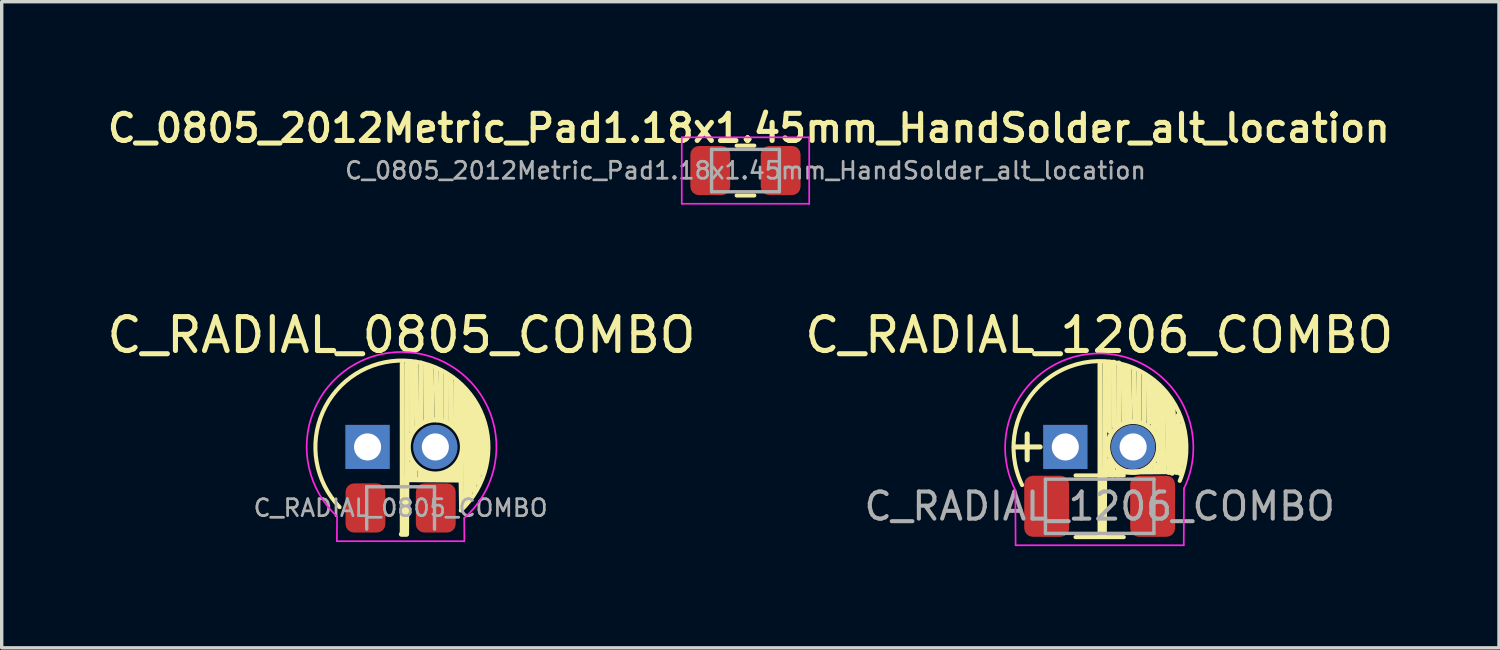
<source format=kicad_pcb>
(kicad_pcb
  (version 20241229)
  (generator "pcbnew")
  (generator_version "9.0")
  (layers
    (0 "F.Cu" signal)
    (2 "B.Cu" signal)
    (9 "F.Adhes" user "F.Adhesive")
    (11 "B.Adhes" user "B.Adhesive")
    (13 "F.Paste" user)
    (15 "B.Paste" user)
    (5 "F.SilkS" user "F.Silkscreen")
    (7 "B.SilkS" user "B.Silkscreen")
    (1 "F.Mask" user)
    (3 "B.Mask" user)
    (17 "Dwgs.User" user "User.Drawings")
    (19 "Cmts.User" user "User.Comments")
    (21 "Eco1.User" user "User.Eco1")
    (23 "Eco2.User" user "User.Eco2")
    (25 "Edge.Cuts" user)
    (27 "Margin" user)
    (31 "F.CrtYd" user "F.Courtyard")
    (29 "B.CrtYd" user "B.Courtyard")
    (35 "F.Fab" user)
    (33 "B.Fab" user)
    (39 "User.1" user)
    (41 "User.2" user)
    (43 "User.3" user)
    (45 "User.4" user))
  (footprint "C_RADIAL_1206_COMBO"
    (layer "F.Cu")
    (at 29.375 10.134)
    (property "Reference" "C_RADIAL_1206_COMBO" (at 0 -3.3 0) (layer "F.SilkS") (effects (font (size 1 1) (thickness 0.15))))
    (attr through_hole)
    (fp_line (start -0.699 0.84) (end 0.724 0.84) (stroke (width 0.12) (type solid)) (layer "F.SilkS"))
    (fp_line (start -0.699 2.66) (end 0.724 2.66) (stroke (width 0.12) (type solid)) (layer "F.SilkS"))
    (fp_line (start 0 2.575) (end 0.15 2.575) (stroke (width 0.15) (type solid)) (layer "F.SilkS"))
    (fp_line (start 0.025 -2.449) (end 0.025 2.549) (stroke (width 0.15) (type solid)) (layer "F.SilkS"))
    (fp_line (start 0.056 0.744) (end 2.425 0.725) (stroke (width 0.15) (type solid)) (layer "F.SilkS"))
    (fp_line (start 0.175 -2.474) (end 0.15 2.55) (stroke (width 0.15) (type solid)) (layer "F.SilkS"))
    (fp_line (start 0.275 0.775) (end 0.275 0.4) (stroke (width 0.15) (type solid)) (layer "F.SilkS"))
    (fp_line (start 0.3 -2.499) (end 0.3 -0.475) (stroke (width 0.15) (type solid)) (layer "F.SilkS"))
    (fp_line (start 0.4 0.55) (end 0.4 0.825) (stroke (width 0.15) (type solid)) (layer "F.SilkS"))
    (fp_line (start 0.425 -2.499) (end 0.45 -0.6) (stroke (width 0.15) (type solid)) (layer "F.SilkS"))
    (fp_line (start 0.55 0.7) (end 0.55 0.825) (stroke (width 0.15) (type solid)) (layer "F.SilkS"))
    (fp_line (start 0.575 -2.475) (end 0.575 -0.675) (stroke (width 0.15) (type solid)) (layer "F.SilkS"))
    (fp_line (start 0.713 -2.388) (end 0.725 -0.775) (stroke (width 0.15) (type solid)) (layer "F.SilkS"))
    (fp_line (start 0.812 -2.288) (end 0.8 -0.8) (stroke (width 0.15) (type solid)) (layer "F.SilkS"))
    (fp_line (start 0.875 -2.35) (end 0.9 -0.85) (stroke (width 0.15) (type solid)) (layer "F.SilkS"))
    (fp_line (start 1.025 -2.3) (end 1.05 -0.8) (stroke (width 0.15) (type solid)) (layer "F.SilkS"))
    (fp_line (start 1.175 -2.225) (end 1.175 -0.825) (stroke (width 0.15) (type solid)) (layer "F.SilkS"))
    (fp_line (start 1.325 -2.125) (end 1.325 -0.775) (stroke (width 0.15) (type solid)) (layer "F.SilkS"))
    (fp_line (start 1.45 -2.05) (end 1.475 -0.725) (stroke (width 0.15) (type solid)) (layer "F.SilkS"))
    (fp_line (start 1.525 0.65) (end 1.525 0.725) (stroke (width 0.15) (type solid)) (layer "F.SilkS"))
    (fp_line (start 1.6 -1.925) (end 1.6 -0.55) (stroke (width 0.15) (type solid)) (layer "F.SilkS"))
    (fp_line (start 1.65 0.525) (end 1.65 0.725) (stroke (width 0.15) (type solid)) (layer "F.SilkS"))
    (fp_line (start 1.725 -1.825) (end 1.725 -0.45) (stroke (width 0.15) (type solid)) (layer "F.SilkS"))
    (fp_line (start 1.75 -1.825) (end 1.775 -0.275) (stroke (width 0.15) (type solid)) (layer "F.SilkS"))
    (fp_line (start 1.75 -0.825) (end 1.775 0.725) (stroke (width 0.15) (type solid)) (layer "F.SilkS"))
    (fp_line (start 1.875 -1.675) (end 1.9 0.725) (stroke (width 0.15) (type solid)) (layer "F.SilkS"))
    (fp_line (start 2 -1.525) (end 2.05 0.75) (stroke (width 0.15) (type solid)) (layer "F.SilkS"))
    (fp_line (start 2.1 -1.35) (end 2.15 0.775) (stroke (width 0.15) (type solid)) (layer "F.SilkS"))
    (fp_line (start 2.175 -1.15) (end 2.275 0.75) (stroke (width 0.15) (type solid)) (layer "F.SilkS"))
    (fp_line (start 2.325 -0.925) (end 2.375 0.775) (stroke (width 0.15) (type solid)) (layer "F.SilkS"))
    (fp_line (start 2.45 -0.625) (end 2.475 0.5) (stroke (width 0.15) (type solid)) (layer "F.SilkS"))
    (fp_arc (start -2.275 1.125) (mid -0.046598 -2.530937) (end 2.375 1) (stroke (width 0.12) (type solid)) (layer "F.SilkS"))
    (fp_circle (center 1 0) (end 1 -0.75) (stroke (width 0.15) (type solid)) (fill no) (layer "F.SilkS"))
    (fp_line (start -2.467 2.9) (end -2.475 1.275) (stroke (width 0.05) (type solid)) (layer "F.CrtYd"))
    (fp_line (start 2.493 2.9) (end -2.467 2.9) (stroke (width 0.05) (type solid)) (layer "F.CrtYd"))
    (fp_line (start 2.5 1.225) (end 2.493 2.9) (stroke (width 0.05) (type solid)) (layer "F.CrtYd"))
    (fp_arc (start -2.475 1.275) (mid -0.027777 -2.757657) (end 2.5 1.225) (stroke (width 0.05) (type solid)) (layer "F.CrtYd"))
    (fp_line (start -1.587 0.95) (end 1.613 0.95) (stroke (width 0.1) (type solid)) (layer "F.Fab"))
    (fp_line (start -1.587 2.55) (end -1.587 0.95) (stroke (width 0.1) (type solid)) (layer "F.Fab"))
    (fp_line (start 1.613 0.95) (end 1.613 2.55) (stroke (width 0.1) (type solid)) (layer "F.Fab"))
    (fp_line (start 1.613 2.55) (end -1.587 2.55) (stroke (width 0.1) (type solid)) (layer "F.Fab"))
    (fp_text user "+" (at -2.125 -0.075 0) (unlocked yes) (layer "F.SilkS") (effects (font (size 1 1) (thickness 0.15))))
    (fp_text user "${REFERENCE}" (at 0.013 1.75 0) (layer "F.Fab") (effects (font (size 0.8 0.8) (thickness 0.12))))
    (pad "1" smd roundrect (at -1.55 1.75) (size 1.325 1.8) (layers "F.Cu" "F.Mask" "F.Paste") (roundrect_rratio 0.189))
    (pad "1" thru_hole rect (at -1 0) (size 1.3 1.3) (drill 0.8) (layers "*.Cu" "*.Mask"))
    (pad "2" thru_hole circle (at 1 0) (size 1.3 1.3) (drill 0.8) (layers "*.Cu" "*.Mask"))
    (pad "2" smd roundrect (at 1.575 1.75) (size 1.325 1.8) (layers "F.Cu" "F.Mask" "F.Paste") (roundrect_rratio 0.189)))
  (footprint "C_0805_2012Metric_Pad1.18x1.45mm_HandSolder_alt_location"
    (layer "F.Cu")
    (at 18.94 2.081)
    (property "Reference" "C_0805_2012Metric_Pad1.18x1.45mm_HandSolder_alt_location" (at 0.1 -1.35 0) (layer "F.SilkS") (effects (font (size 0.8 0.8) (thickness 0.15))))
    (attr smd)
    (fp_line (start -0.261 -0.835) (end 0.261 -0.835) (stroke (width 0.12) (type solid)) (layer "F.SilkS"))
    (fp_line (start -0.261 0.635) (end 0.261 0.635) (stroke (width 0.12) (type solid)) (layer "F.SilkS"))
    (fp_line (start -1.88 -1.08) (end 1.88 -1.08) (stroke (width 0.05) (type solid)) (layer "F.CrtYd"))
    (fp_line (start -1.88 0.88) (end -1.88 -1.08) (stroke (width 0.05) (type solid)) (layer "F.CrtYd"))
    (fp_line (start 1.88 -1.08) (end 1.88 0.88) (stroke (width 0.05) (type solid)) (layer "F.CrtYd"))
    (fp_line (start 1.88 0.88) (end -1.88 0.88) (stroke (width 0.05) (type solid)) (layer "F.CrtYd"))
    (fp_line (start -1 -0.725) (end 1 -0.725) (stroke (width 0.1) (type solid)) (layer "F.Fab"))
    (fp_line (start -1 0.525) (end -1 -0.725) (stroke (width 0.1) (type solid)) (layer "F.Fab"))
    (fp_line (start 1 -0.725) (end 1 0.525) (stroke (width 0.1) (type solid)) (layer "F.Fab"))
    (fp_line (start 1 0.525) (end -1 0.525) (stroke (width 0.1) (type solid)) (layer "F.Fab"))
    (fp_text user "${REFERENCE}" (at 0 -0.1 0) (layer "F.Fab") (effects (font (size 0.5 0.5) (thickness 0.08))))
    (pad "1" smd roundrect (at -1.038 -0.1) (size 1.175 1.45) (layers "F.Cu" "F.Mask" "F.Paste") (roundrect_rratio 0.213))
    (pad "2" smd roundrect (at 1.038 -0.1) (size 1.175 1.45) (layers "F.Cu" "F.Mask" "F.Paste") (roundrect_rratio 0.213)))
  (footprint "C_RADIAL_0805_COMBO"
    (layer "F.Cu")
    (at 8.792 10.134)
    (property "Reference" "C_RADIAL_0805_COMBO" (at 0 -3.3 0) (layer "F.SilkS") (effects (font (size 1 1) (thickness 0.15))))
    (attr through_hole)
    (fp_line (start 0 2.575) (end 0.15 2.575) (stroke (width 0.15) (type solid)) (layer "F.SilkS"))
    (fp_line (start 0.025 -2.449) (end 0.025 2.549) (stroke (width 0.15) (type solid)) (layer "F.SilkS"))
    (fp_line (start 0.062 0.963) (end 1.75 0.975) (stroke (width 0.15) (type solid)) (layer "F.SilkS"))
    (fp_line (start 0.175 -2.474) (end 0.15 2.55) (stroke (width 0.15) (type solid)) (layer "F.SilkS"))
    (fp_line (start 0.275 0.875) (end 0.275 0.5) (stroke (width 0.15) (type solid)) (layer "F.SilkS"))
    (fp_line (start 0.3 -2.499) (end 0.3 -0.475) (stroke (width 0.15) (type solid)) (layer "F.SilkS"))
    (fp_line (start 0.4 0.625) (end 0.4 0.9) (stroke (width 0.15) (type solid)) (layer "F.SilkS"))
    (fp_line (start 0.425 -2.499) (end 0.45 -0.6) (stroke (width 0.15) (type solid)) (layer "F.SilkS"))
    (fp_line (start 0.55 0.7) (end 0.55 0.925) (stroke (width 0.15) (type solid)) (layer "F.SilkS"))
    (fp_line (start 0.575 -2.475) (end 0.575 -0.675) (stroke (width 0.15) (type solid)) (layer "F.SilkS"))
    (fp_line (start 0.575 0.85) (end 0.95 0.85) (stroke (width 0.15) (type solid)) (layer "F.SilkS"))
    (fp_line (start 0.713 -2.388) (end 0.725 -0.775) (stroke (width 0.15) (type solid)) (layer "F.SilkS"))
    (fp_line (start 0.812 -2.288) (end 0.8 -0.8) (stroke (width 0.15) (type solid)) (layer "F.SilkS"))
    (fp_line (start 0.875 -2.35) (end 0.9 -0.85) (stroke (width 0.15) (type solid)) (layer "F.SilkS"))
    (fp_line (start 1 0.85) (end 1.375 0.85) (stroke (width 0.15) (type solid)) (layer "F.SilkS"))
    (fp_line (start 1.025 -2.3) (end 1.05 -0.8) (stroke (width 0.15) (type solid)) (layer "F.SilkS"))
    (fp_line (start 1.175 -2.225) (end 1.175 -0.825) (stroke (width 0.15) (type solid)) (layer "F.SilkS"))
    (fp_line (start 1.325 -2.125) (end 1.325 -0.775) (stroke (width 0.15) (type solid)) (layer "F.SilkS"))
    (fp_line (start 1.4 0.725) (end 1.4 0.925) (stroke (width 0.15) (type solid)) (layer "F.SilkS"))
    (fp_line (start 1.45 -2.05) (end 1.475 -0.725) (stroke (width 0.15) (type solid)) (layer "F.SilkS"))
    (fp_line (start 1.525 0.65) (end 1.525 0.925) (stroke (width 0.15) (type solid)) (layer "F.SilkS"))
    (fp_line (start 1.6 -1.925) (end 1.6 -0.55) (stroke (width 0.15) (type solid)) (layer "F.SilkS"))
    (fp_line (start 1.65 0.525) (end 1.65 0.9) (stroke (width 0.15) (type solid)) (layer "F.SilkS"))
    (fp_line (start 1.725 -1.825) (end 1.725 -0.45) (stroke (width 0.15) (type solid)) (layer "F.SilkS"))
    (fp_line (start 1.75 -1.825) (end 1.775 -0.275) (stroke (width 0.15) (type solid)) (layer "F.SilkS"))
    (fp_line (start 1.75 0.3) (end 1.775 1.85) (stroke (width 0.15) (type solid)) (layer "F.SilkS"))
    (fp_line (start 1.875 -1.675) (end 1.9 1.65) (stroke (width 0.15) (type solid)) (layer "F.SilkS"))
    (fp_line (start 2 -1.525) (end 2.025 1.45) (stroke (width 0.15) (type solid)) (layer "F.SilkS"))
    (fp_line (start 2.1 -1.35) (end 2.15 1.3) (stroke (width 0.15) (type solid)) (layer "F.SilkS"))
    (fp_line (start 2.225 -1.175) (end 2.275 1.075) (stroke (width 0.15) (type solid)) (layer "F.SilkS"))
    (fp_line (start 2.325 -0.925) (end 2.375 0.775) (stroke (width 0.15) (type solid)) (layer "F.SilkS"))
    (fp_line (start 2.45 -0.625) (end 2.475 0.5) (stroke (width 0.15) (type solid)) (layer "F.SilkS"))
    (fp_arc (start -1.825 1.775) (mid 0.084791 -2.54693) (end 1.75 1.875) (stroke (width 0.12) (type solid)) (layer "F.SilkS"))
    (fp_circle (center 1 0) (end 1 -0.8) (stroke (width 0.15) (type solid)) (fill no) (layer "F.SilkS"))
    (fp_line (start -1.905 2.78) (end -1.9 2.05) (stroke (width 0.05) (type solid)) (layer "F.CrtYd"))
    (fp_line (start 1.85 2.1) (end 1.855 2.78) (stroke (width 0.05) (type solid)) (layer "F.CrtYd"))
    (fp_line (start 1.855 2.78) (end -1.905 2.78) (stroke (width 0.05) (type solid)) (layer "F.CrtYd"))
    (fp_arc (start -1.9 2.05) (mid 0.040019 -2.801416) (end 1.85 2.1) (stroke (width 0.05) (type solid)) (layer "F.CrtYd"))
    (fp_line (start -1.025 1.175) (end 0.975 1.175) (stroke (width 0.1) (type solid)) (layer "F.Fab"))
    (fp_line (start -1.025 2.425) (end -1.025 1.175) (stroke (width 0.1) (type solid)) (layer "F.Fab"))
    (fp_line (start 0.975 1.175) (end 0.975 2.425) (stroke (width 0.1) (type solid)) (layer "F.Fab"))
    (fp_text user "${REFERENCE}" (at -0.025 1.8 0) (layer "F.Fab") (effects (font (size 0.5 0.5) (thickness 0.08))))
    (pad "1" smd roundrect (at -1.062 1.8) (size 1.175 1.45) (layers "F.Cu" "F.Mask" "F.Paste") (roundrect_rratio 0.213))
    (pad "1" thru_hole rect (at -1 0) (size 1.3 1.3) (drill 0.8) (layers "*.Cu" "*.Mask"))
    (pad "2" thru_hole circle (at 1 0) (size 1.3 1.3) (drill 0.8) (layers "*.Cu" "*.Mask"))
    (pad "2" smd roundrect (at 1.012 1.8) (size 1.175 1.45) (layers "F.Cu" "F.Mask" "F.Paste") (roundrect_rratio 0.213)))
  (gr_rect
    (start -3 -3)
    (end 41.167 16.059)
    (stroke (width 0.1) (type default))
    (fill no)
    (layer "Edge.Cuts")))
</source>
